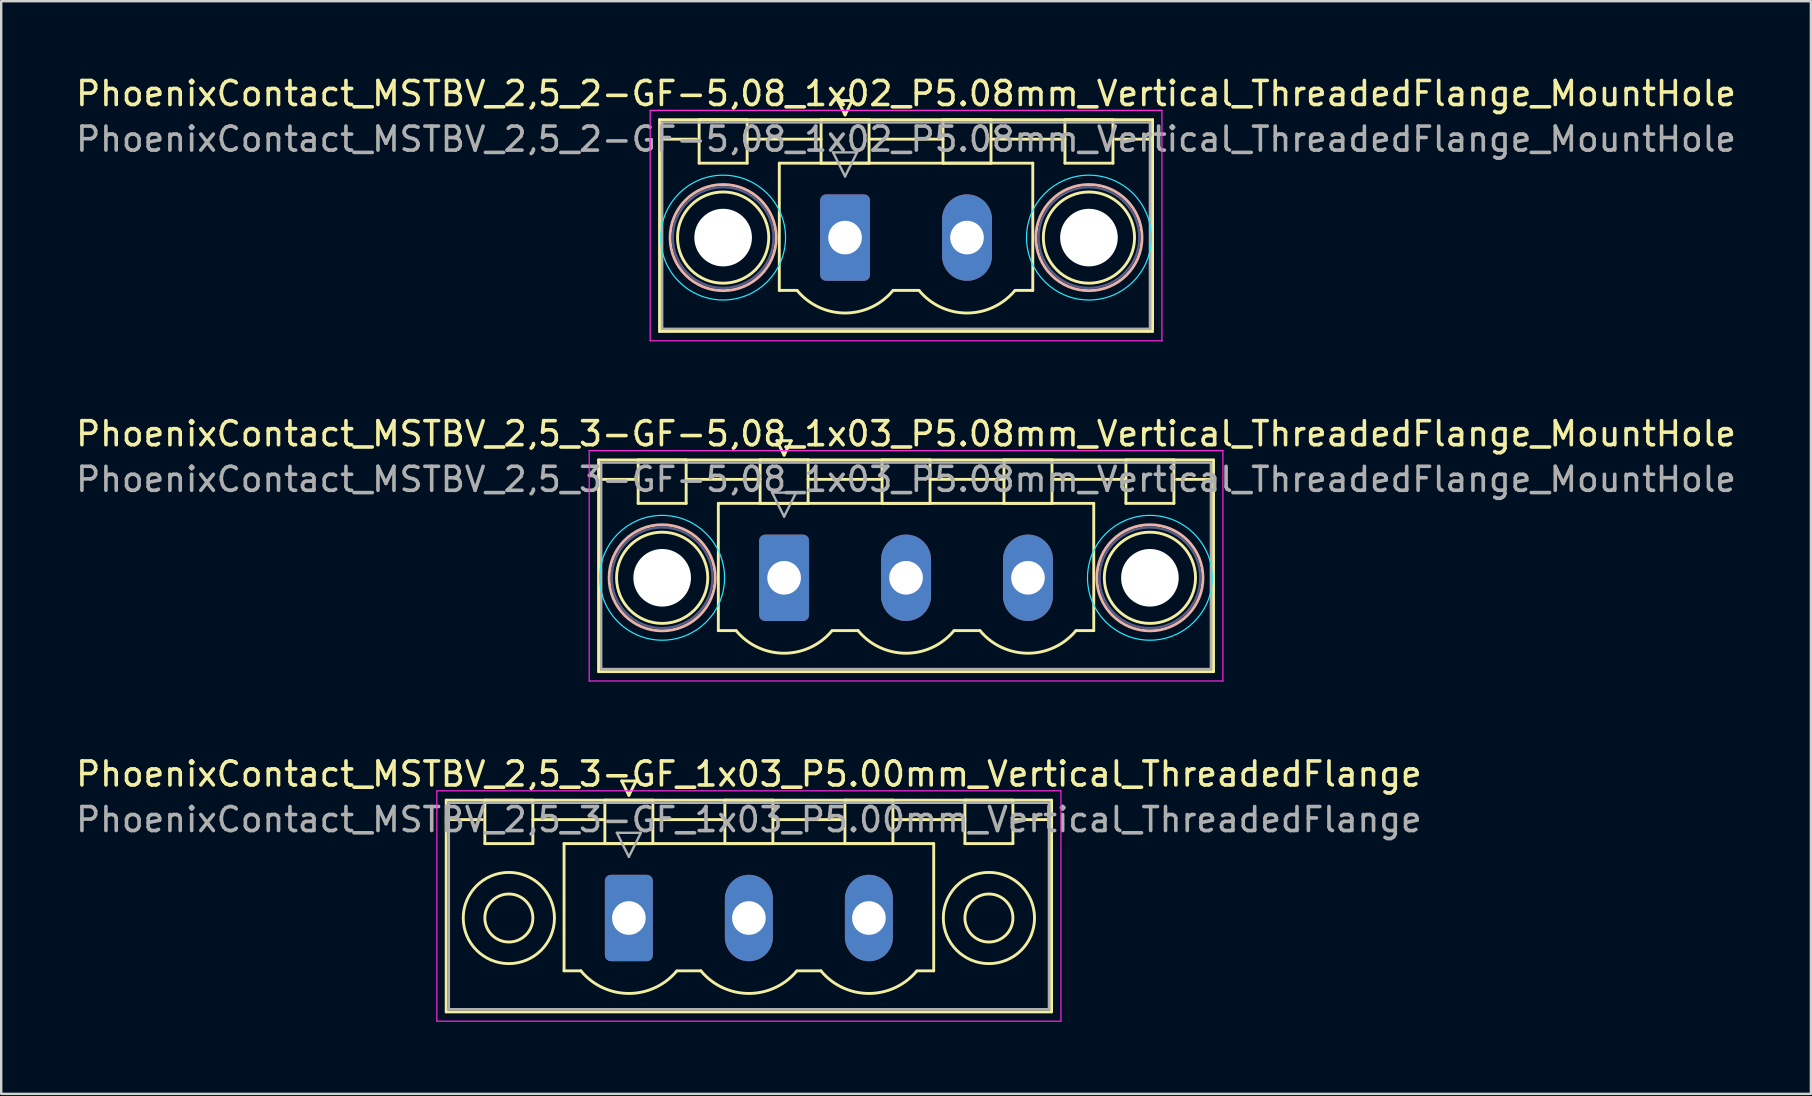
<source format=kicad_pcb>
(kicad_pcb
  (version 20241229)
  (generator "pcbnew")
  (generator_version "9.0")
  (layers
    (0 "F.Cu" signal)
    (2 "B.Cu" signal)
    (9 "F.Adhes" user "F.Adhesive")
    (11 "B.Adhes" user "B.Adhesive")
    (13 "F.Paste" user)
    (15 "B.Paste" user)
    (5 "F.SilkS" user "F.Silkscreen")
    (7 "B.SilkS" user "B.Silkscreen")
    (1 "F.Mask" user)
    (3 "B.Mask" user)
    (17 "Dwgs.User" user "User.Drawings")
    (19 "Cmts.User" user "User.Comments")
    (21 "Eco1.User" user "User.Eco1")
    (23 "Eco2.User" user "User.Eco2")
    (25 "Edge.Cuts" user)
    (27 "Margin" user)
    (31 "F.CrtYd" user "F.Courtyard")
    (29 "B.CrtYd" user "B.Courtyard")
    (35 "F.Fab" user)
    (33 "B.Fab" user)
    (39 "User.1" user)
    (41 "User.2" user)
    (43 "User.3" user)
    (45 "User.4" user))
  (footprint "PhoenixContact_MSTBV_2,5_3-GF_1x03_P5.00mm_Vertical_ThreadedFlange"
    (layer "F.Cu")
    (at 23.149 35.195)
    (property "Reference" "PhoenixContact_MSTBV_2,5_3-GF_1x03_P5.00mm_Vertical_ThreadedFlange" (at 5 -6 0) (layer "F.SilkS") (effects (font (size 1 1) (thickness 0.15))))
    (attr through_hole)
    (fp_line (start -7.61 -4.91) (end -7.61 3.91) (stroke (width 0.12) (type solid)) (layer "F.SilkS"))
    (fp_line (start -7.61 -4.1) (end -6.11 -4.1) (stroke (width 0.12) (type solid)) (layer "F.SilkS"))
    (fp_line (start -7.61 3.91) (end 17.61 3.91) (stroke (width 0.12) (type solid)) (layer "F.SilkS"))
    (fp_line (start -6 -4.91) (end -4 -4.91) (stroke (width 0.12) (type solid)) (layer "F.SilkS"))
    (fp_line (start -6 -3.1) (end -6 -4.91) (stroke (width 0.12) (type solid)) (layer "F.SilkS"))
    (fp_line (start -4 -4.91) (end -4 -3.1) (stroke (width 0.12) (type solid)) (layer "F.SilkS"))
    (fp_line (start -4 -4.1) (end -1 -4.1) (stroke (width 0.12) (type solid)) (layer "F.SilkS"))
    (fp_line (start -4 -3.1) (end -6 -3.1) (stroke (width 0.12) (type solid)) (layer "F.SilkS"))
    (fp_line (start -2.7 -3.1) (end 12.7 -3.1) (stroke (width 0.12) (type solid)) (layer "F.SilkS"))
    (fp_line (start -2.7 2.2) (end -2.7 -3.1) (stroke (width 0.12) (type solid)) (layer "F.SilkS"))
    (fp_line (start -2 2.2) (end -2.7 2.2) (stroke (width 0.12) (type solid)) (layer "F.SilkS"))
    (fp_line (start -1 -4.91) (end 1 -4.91) (stroke (width 0.12) (type solid)) (layer "F.SilkS"))
    (fp_line (start -1 -3.1) (end -1 -4.91) (stroke (width 0.12) (type solid)) (layer "F.SilkS"))
    (fp_line (start -0.3 -5.71) (end 0.3 -5.71) (stroke (width 0.12) (type solid)) (layer "F.SilkS"))
    (fp_line (start 0 -5.11) (end -0.3 -5.71) (stroke (width 0.12) (type solid)) (layer "F.SilkS"))
    (fp_line (start 0.3 -5.71) (end 0 -5.11) (stroke (width 0.12) (type solid)) (layer "F.SilkS"))
    (fp_line (start 1 -4.91) (end 1 -3.1) (stroke (width 0.12) (type solid)) (layer "F.SilkS"))
    (fp_line (start 1 -4.1) (end 4 -4.1) (stroke (width 0.12) (type solid)) (layer "F.SilkS"))
    (fp_line (start 1 -3.1) (end -1 -3.1) (stroke (width 0.12) (type solid)) (layer "F.SilkS"))
    (fp_line (start 2 2.2) (end 3 2.2) (stroke (width 0.12) (type solid)) (layer "F.SilkS"))
    (fp_line (start 4 -4.91) (end 6 -4.91) (stroke (width 0.12) (type solid)) (layer "F.SilkS"))
    (fp_line (start 4 -3.1) (end 4 -4.91) (stroke (width 0.12) (type solid)) (layer "F.SilkS"))
    (fp_line (start 6 -4.91) (end 6 -3.1) (stroke (width 0.12) (type solid)) (layer "F.SilkS"))
    (fp_line (start 6 -4.1) (end 9 -4.1) (stroke (width 0.12) (type solid)) (layer "F.SilkS"))
    (fp_line (start 6 -3.1) (end 4 -3.1) (stroke (width 0.12) (type solid)) (layer "F.SilkS"))
    (fp_line (start 7 2.2) (end 8 2.2) (stroke (width 0.12) (type solid)) (layer "F.SilkS"))
    (fp_line (start 9 -4.91) (end 11 -4.91) (stroke (width 0.12) (type solid)) (layer "F.SilkS"))
    (fp_line (start 9 -3.1) (end 9 -4.91) (stroke (width 0.12) (type solid)) (layer "F.SilkS"))
    (fp_line (start 11 -4.91) (end 11 -3.1) (stroke (width 0.12) (type solid)) (layer "F.SilkS"))
    (fp_line (start 11 -4.1) (end 14 -4.1) (stroke (width 0.12) (type solid)) (layer "F.SilkS"))
    (fp_line (start 11 -3.1) (end 9 -3.1) (stroke (width 0.12) (type solid)) (layer "F.SilkS"))
    (fp_line (start 12.7 -3.1) (end 12.7 2.2) (stroke (width 0.12) (type solid)) (layer "F.SilkS"))
    (fp_line (start 12.7 2.2) (end 12 2.2) (stroke (width 0.12) (type solid)) (layer "F.SilkS"))
    (fp_line (start 14 -4.91) (end 16 -4.91) (stroke (width 0.12) (type solid)) (layer "F.SilkS"))
    (fp_line (start 14 -3.1) (end 14 -4.91) (stroke (width 0.12) (type solid)) (layer "F.SilkS"))
    (fp_line (start 16 -4.91) (end 16 -3.1) (stroke (width 0.12) (type solid)) (layer "F.SilkS"))
    (fp_line (start 16 -3.1) (end 14 -3.1) (stroke (width 0.12) (type solid)) (layer "F.SilkS"))
    (fp_line (start 17.61 -4.91) (end -7.61 -4.91) (stroke (width 0.12) (type solid)) (layer "F.SilkS"))
    (fp_line (start 17.61 -4.1) (end 16.11 -4.1) (stroke (width 0.12) (type solid)) (layer "F.SilkS"))
    (fp_line (start 17.61 3.91) (end 17.61 -4.91) (stroke (width 0.12) (type solid)) (layer "F.SilkS"))
    (fp_arc (start 1.986842 2.215821) (mid -0.010289 3.142758) (end -2 2.2) (stroke (width 0.12) (type solid)) (layer "F.SilkS"))
    (fp_arc (start 6.986842 2.215821) (mid 4.989711 3.142758) (end 3 2.2) (stroke (width 0.12) (type solid)) (layer "F.SilkS"))
    (fp_arc (start 11.986842 2.215821) (mid 9.989711 3.142758) (end 8 2.2) (stroke (width 0.12) (type solid)) (layer "F.SilkS"))
    (fp_circle (center -5 0) (end -4 0) (stroke (width 0.12) (type solid)) (fill no) (layer "F.SilkS"))
    (fp_circle (center -5 0) (end -3.1 0) (stroke (width 0.12) (type solid)) (fill no) (layer "F.SilkS"))
    (fp_circle (center 15 0) (end 16 0) (stroke (width 0.12) (type solid)) (fill no) (layer "F.SilkS"))
    (fp_circle (center 15 0) (end 16.9 0) (stroke (width 0.12) (type solid)) (fill no) (layer "F.SilkS"))
    (fp_line (start -8 -5.3) (end -8 4.3) (stroke (width 0.05) (type solid)) (layer "F.CrtYd"))
    (fp_line (start -8 4.3) (end 18 4.3) (stroke (width 0.05) (type solid)) (layer "F.CrtYd"))
    (fp_line (start 18 -5.3) (end -8 -5.3) (stroke (width 0.05) (type solid)) (layer "F.CrtYd"))
    (fp_line (start 18 4.3) (end 18 -5.3) (stroke (width 0.05) (type solid)) (layer "F.CrtYd"))
    (fp_line (start -7.5 -4.8) (end -7.5 3.8) (stroke (width 0.1) (type solid)) (layer "F.Fab"))
    (fp_line (start -7.5 3.8) (end 17.5 3.8) (stroke (width 0.1) (type solid)) (layer "F.Fab"))
    (fp_line (start -0.5 -3.55) (end 0.5 -3.55) (stroke (width 0.1) (type solid)) (layer "F.Fab"))
    (fp_line (start 0 -2.55) (end -0.5 -3.55) (stroke (width 0.1) (type solid)) (layer "F.Fab"))
    (fp_line (start 0.5 -3.55) (end 0 -2.55) (stroke (width 0.1) (type solid)) (layer "F.Fab"))
    (fp_line (start 17.5 -4.8) (end -7.5 -4.8) (stroke (width 0.1) (type solid)) (layer "F.Fab"))
    (fp_line (start 17.5 3.8) (end 17.5 -4.8) (stroke (width 0.1) (type solid)) (layer "F.Fab"))
    (fp_text user "${REFERENCE}" (at 5 -4.1 0) (layer "F.Fab") (effects (font (size 1 1) (thickness 0.15))))
    (pad "1" thru_hole roundrect (at 0 0) (size 2 3.6) (drill 1.4) (layers "*.Cu" "*.Mask") (roundrect_rratio 0.125))
    (pad "2" thru_hole oval (at 5 0) (size 2 3.6) (drill 1.4) (layers "*.Cu" "*.Mask"))
    (pad "3" thru_hole oval (at 10 0) (size 2 3.6) (drill 1.4) (layers "*.Cu" "*.Mask")))
  (footprint "PhoenixContact_MSTBV_2,5_3-GF-5,08_1x03_P5.08mm_Vertical_ThreadedFlange_MountHole"
    (layer "F.Cu")
    (at 29.616 21.021)
    (property "Reference" "PhoenixContact_MSTBV_2,5_3-GF-5,08_1x03_P5.08mm_Vertical_ThreadedFlange_MountHole" (at 5.08 -6 0) (layer "F.SilkS") (effects (font (size 1 1) (thickness 0.15))))
    (attr through_hole)
    (fp_line (start -7.73 -4.91) (end -7.73 3.91) (stroke (width 0.12) (type solid)) (layer "F.SilkS"))
    (fp_line (start -7.73 -4.1) (end -6.19 -4.1) (stroke (width 0.12) (type solid)) (layer "F.SilkS"))
    (fp_line (start -7.73 3.91) (end 17.89 3.91) (stroke (width 0.12) (type solid)) (layer "F.SilkS"))
    (fp_line (start -6.08 -4.91) (end -4.08 -4.91) (stroke (width 0.12) (type solid)) (layer "F.SilkS"))
    (fp_line (start -6.08 -3.1) (end -6.08 -4.91) (stroke (width 0.12) (type solid)) (layer "F.SilkS"))
    (fp_line (start -4.08 -4.91) (end -4.08 -3.1) (stroke (width 0.12) (type solid)) (layer "F.SilkS"))
    (fp_line (start -4.08 -4.1) (end -1 -4.1) (stroke (width 0.12) (type solid)) (layer "F.SilkS"))
    (fp_line (start -4.08 -3.1) (end -6.08 -3.1) (stroke (width 0.12) (type solid)) (layer "F.SilkS"))
    (fp_line (start -2.74 -3.1) (end 12.9 -3.1) (stroke (width 0.12) (type solid)) (layer "F.SilkS"))
    (fp_line (start -2.74 2.2) (end -2.74 -3.1) (stroke (width 0.12) (type solid)) (layer "F.SilkS"))
    (fp_line (start -2 2.2) (end -2.74 2.2) (stroke (width 0.12) (type solid)) (layer "F.SilkS"))
    (fp_line (start -1 -4.91) (end 1 -4.91) (stroke (width 0.12) (type solid)) (layer "F.SilkS"))
    (fp_line (start -1 -3.1) (end -1 -4.91) (stroke (width 0.12) (type solid)) (layer "F.SilkS"))
    (fp_line (start -0.3 -5.71) (end 0.3 -5.71) (stroke (width 0.12) (type solid)) (layer "F.SilkS"))
    (fp_line (start 0 -5.11) (end -0.3 -5.71) (stroke (width 0.12) (type solid)) (layer "F.SilkS"))
    (fp_line (start 0.3 -5.71) (end 0 -5.11) (stroke (width 0.12) (type solid)) (layer "F.SilkS"))
    (fp_line (start 1 -4.91) (end 1 -3.1) (stroke (width 0.12) (type solid)) (layer "F.SilkS"))
    (fp_line (start 1 -4.1) (end 4.08 -4.1) (stroke (width 0.12) (type solid)) (layer "F.SilkS"))
    (fp_line (start 1 -3.1) (end -1 -3.1) (stroke (width 0.12) (type solid)) (layer "F.SilkS"))
    (fp_line (start 2 2.2) (end 3.08 2.2) (stroke (width 0.12) (type solid)) (layer "F.SilkS"))
    (fp_line (start 4.08 -4.91) (end 6.08 -4.91) (stroke (width 0.12) (type solid)) (layer "F.SilkS"))
    (fp_line (start 4.08 -3.1) (end 4.08 -4.91) (stroke (width 0.12) (type solid)) (layer "F.SilkS"))
    (fp_line (start 6.08 -4.91) (end 6.08 -3.1) (stroke (width 0.12) (type solid)) (layer "F.SilkS"))
    (fp_line (start 6.08 -4.1) (end 9.16 -4.1) (stroke (width 0.12) (type solid)) (layer "F.SilkS"))
    (fp_line (start 6.08 -3.1) (end 4.08 -3.1) (stroke (width 0.12) (type solid)) (layer "F.SilkS"))
    (fp_line (start 7.08 2.2) (end 8.16 2.2) (stroke (width 0.12) (type solid)) (layer "F.SilkS"))
    (fp_line (start 9.16 -4.91) (end 11.16 -4.91) (stroke (width 0.12) (type solid)) (layer "F.SilkS"))
    (fp_line (start 9.16 -3.1) (end 9.16 -4.91) (stroke (width 0.12) (type solid)) (layer "F.SilkS"))
    (fp_line (start 11.16 -4.91) (end 11.16 -3.1) (stroke (width 0.12) (type solid)) (layer "F.SilkS"))
    (fp_line (start 11.16 -4.1) (end 14.24 -4.1) (stroke (width 0.12) (type solid)) (layer "F.SilkS"))
    (fp_line (start 11.16 -3.1) (end 9.16 -3.1) (stroke (width 0.12) (type solid)) (layer "F.SilkS"))
    (fp_line (start 12.9 -3.1) (end 12.9 2.2) (stroke (width 0.12) (type solid)) (layer "F.SilkS"))
    (fp_line (start 12.9 2.2) (end 12.16 2.2) (stroke (width 0.12) (type solid)) (layer "F.SilkS"))
    (fp_line (start 14.24 -4.91) (end 16.24 -4.91) (stroke (width 0.12) (type solid)) (layer "F.SilkS"))
    (fp_line (start 14.24 -3.1) (end 14.24 -4.91) (stroke (width 0.12) (type solid)) (layer "F.SilkS"))
    (fp_line (start 16.24 -4.91) (end 16.24 -3.1) (stroke (width 0.12) (type solid)) (layer "F.SilkS"))
    (fp_line (start 16.24 -3.1) (end 14.24 -3.1) (stroke (width 0.12) (type solid)) (layer "F.SilkS"))
    (fp_line (start 17.89 -4.91) (end -7.73 -4.91) (stroke (width 0.12) (type solid)) (layer "F.SilkS"))
    (fp_line (start 17.89 -4.1) (end 16.35 -4.1) (stroke (width 0.12) (type solid)) (layer "F.SilkS"))
    (fp_line (start 17.89 3.91) (end 17.89 -4.91) (stroke (width 0.12) (type solid)) (layer "F.SilkS"))
    (fp_arc (start 1.986842 2.215821) (mid -0.010289 3.142758) (end -2 2.2) (stroke (width 0.12) (type solid)) (layer "F.SilkS"))
    (fp_arc (start 7.066842 2.215821) (mid 5.069711 3.142758) (end 3.08 2.2) (stroke (width 0.12) (type solid)) (layer "F.SilkS"))
    (fp_arc (start 12.146842 2.215821) (mid 10.149711 3.142758) (end 8.16 2.2) (stroke (width 0.12) (type solid)) (layer "F.SilkS"))
    (fp_circle (center -5.08 0) (end -3.18 0) (stroke (width 0.12) (type solid)) (fill no) (layer "F.SilkS"))
    (fp_circle (center 15.24 0) (end 17.14 0) (stroke (width 0.12) (type solid)) (fill no) (layer "F.SilkS"))
    (fp_circle (center -5.08 0) (end -2.87 0) (stroke (width 0.12) (type solid)) (fill no) (layer "B.SilkS"))
    (fp_circle (center 15.24 0) (end 17.45 0) (stroke (width 0.12) (type solid)) (fill no) (layer "B.SilkS"))
    (fp_circle (center -5.08 0) (end -2.48 0) (stroke (width 0.05) (type solid)) (fill no) (layer "B.CrtYd"))
    (fp_circle (center 15.24 0) (end 17.84 0) (stroke (width 0.05) (type solid)) (fill no) (layer "B.CrtYd"))
    (fp_line (start -8.12 -5.3) (end -8.12 4.3) (stroke (width 0.05) (type solid)) (layer "F.CrtYd"))
    (fp_line (start -8.12 4.3) (end 18.28 4.3) (stroke (width 0.05) (type solid)) (layer "F.CrtYd"))
    (fp_line (start 18.28 -5.3) (end -8.12 -5.3) (stroke (width 0.05) (type solid)) (layer "F.CrtYd"))
    (fp_line (start 18.28 4.3) (end 18.28 -5.3) (stroke (width 0.05) (type solid)) (layer "F.CrtYd"))
    (fp_circle (center -5.08 0) (end -2.98 0) (stroke (width 0.1) (type solid)) (fill no) (layer "B.Fab"))
    (fp_circle (center 15.24 0) (end 17.34 0) (stroke (width 0.1) (type solid)) (fill no) (layer "B.Fab"))
    (fp_line (start -7.62 -4.8) (end -7.62 3.8) (stroke (width 0.1) (type solid)) (layer "F.Fab"))
    (fp_line (start -7.62 3.8) (end 17.78 3.8) (stroke (width 0.1) (type solid)) (layer "F.Fab"))
    (fp_line (start -0.5 -3.55) (end 0.5 -3.55) (stroke (width 0.1) (type solid)) (layer "F.Fab"))
    (fp_line (start 0 -2.55) (end -0.5 -3.55) (stroke (width 0.1) (type solid)) (layer "F.Fab"))
    (fp_line (start 0.5 -3.55) (end 0 -2.55) (stroke (width 0.1) (type solid)) (layer "F.Fab"))
    (fp_line (start 17.78 -4.8) (end -7.62 -4.8) (stroke (width 0.1) (type solid)) (layer "F.Fab"))
    (fp_line (start 17.78 3.8) (end 17.78 -4.8) (stroke (width 0.1) (type solid)) (layer "F.Fab"))
    (fp_text user "${REFERENCE}" (at 5.08 -4.1 0) (layer "F.Fab") (effects (font (size 1 1) (thickness 0.15))))
    (pad "" np_thru_hole circle (at -5.08 0) (size 2.4 2.4) (drill 2.4) (layers "*.Cu" "*.Mask"))
    (pad "" np_thru_hole circle (at 15.24 0) (size 2.4 2.4) (drill 2.4) (layers "*.Cu" "*.Mask"))
    (pad "1" thru_hole roundrect (at 0 0) (size 2.08 3.6) (drill 1.4) (layers "*.Cu" "*.Mask") (roundrect_rratio 0.12))
    (pad "2" thru_hole oval (at 5.08 0) (size 2.08 3.6) (drill 1.4) (layers "*.Cu" "*.Mask"))
    (pad "3" thru_hole oval (at 10.16 0) (size 2.08 3.6) (drill 1.4) (layers "*.Cu" "*.Mask")))
  (footprint "PhoenixContact_MSTBV_2,5_2-GF-5,08_1x02_P5.08mm_Vertical_ThreadedFlange_MountHole"
    (layer "F.Cu")
    (at 32.156 6.848)
    (property "Reference" "PhoenixContact_MSTBV_2,5_2-GF-5,08_1x02_P5.08mm_Vertical_ThreadedFlange_MountHole" (at 2.54 -6 0) (layer "F.SilkS") (effects (font (size 1 1) (thickness 0.15))))
    (attr through_hole)
    (fp_line (start -7.73 -4.91) (end -7.73 3.91) (stroke (width 0.12) (type solid)) (layer "F.SilkS"))
    (fp_line (start -7.73 -4.1) (end -6.19 -4.1) (stroke (width 0.12) (type solid)) (layer "F.SilkS"))
    (fp_line (start -7.73 3.91) (end 12.81 3.91) (stroke (width 0.12) (type solid)) (layer "F.SilkS"))
    (fp_line (start -6.08 -4.91) (end -4.08 -4.91) (stroke (width 0.12) (type solid)) (layer "F.SilkS"))
    (fp_line (start -6.08 -3.1) (end -6.08 -4.91) (stroke (width 0.12) (type solid)) (layer "F.SilkS"))
    (fp_line (start -4.08 -4.91) (end -4.08 -3.1) (stroke (width 0.12) (type solid)) (layer "F.SilkS"))
    (fp_line (start -4.08 -4.1) (end -1 -4.1) (stroke (width 0.12) (type solid)) (layer "F.SilkS"))
    (fp_line (start -4.08 -3.1) (end -6.08 -3.1) (stroke (width 0.12) (type solid)) (layer "F.SilkS"))
    (fp_line (start -2.74 -3.1) (end 7.82 -3.1) (stroke (width 0.12) (type solid)) (layer "F.SilkS"))
    (fp_line (start -2.74 2.2) (end -2.74 -3.1) (stroke (width 0.12) (type solid)) (layer "F.SilkS"))
    (fp_line (start -2 2.2) (end -2.74 2.2) (stroke (width 0.12) (type solid)) (layer "F.SilkS"))
    (fp_line (start -1 -4.91) (end 1 -4.91) (stroke (width 0.12) (type solid)) (layer "F.SilkS"))
    (fp_line (start -1 -3.1) (end -1 -4.91) (stroke (width 0.12) (type solid)) (layer "F.SilkS"))
    (fp_line (start -0.3 -5.71) (end 0.3 -5.71) (stroke (width 0.12) (type solid)) (layer "F.SilkS"))
    (fp_line (start 0 -5.11) (end -0.3 -5.71) (stroke (width 0.12) (type solid)) (layer "F.SilkS"))
    (fp_line (start 0.3 -5.71) (end 0 -5.11) (stroke (width 0.12) (type solid)) (layer "F.SilkS"))
    (fp_line (start 1 -4.91) (end 1 -3.1) (stroke (width 0.12) (type solid)) (layer "F.SilkS"))
    (fp_line (start 1 -4.1) (end 4.08 -4.1) (stroke (width 0.12) (type solid)) (layer "F.SilkS"))
    (fp_line (start 1 -3.1) (end -1 -3.1) (stroke (width 0.12) (type solid)) (layer "F.SilkS"))
    (fp_line (start 2 2.2) (end 3.08 2.2) (stroke (width 0.12) (type solid)) (layer "F.SilkS"))
    (fp_line (start 4.08 -4.91) (end 6.08 -4.91) (stroke (width 0.12) (type solid)) (layer "F.SilkS"))
    (fp_line (start 4.08 -3.1) (end 4.08 -4.91) (stroke (width 0.12) (type solid)) (layer "F.SilkS"))
    (fp_line (start 6.08 -4.91) (end 6.08 -3.1) (stroke (width 0.12) (type solid)) (layer "F.SilkS"))
    (fp_line (start 6.08 -4.1) (end 9.16 -4.1) (stroke (width 0.12) (type solid)) (layer "F.SilkS"))
    (fp_line (start 6.08 -3.1) (end 4.08 -3.1) (stroke (width 0.12) (type solid)) (layer "F.SilkS"))
    (fp_line (start 7.82 -3.1) (end 7.82 2.2) (stroke (width 0.12) (type solid)) (layer "F.SilkS"))
    (fp_line (start 7.82 2.2) (end 7.08 2.2) (stroke (width 0.12) (type solid)) (layer "F.SilkS"))
    (fp_line (start 9.16 -4.91) (end 11.16 -4.91) (stroke (width 0.12) (type solid)) (layer "F.SilkS"))
    (fp_line (start 9.16 -3.1) (end 9.16 -4.91) (stroke (width 0.12) (type solid)) (layer "F.SilkS"))
    (fp_line (start 11.16 -4.91) (end 11.16 -3.1) (stroke (width 0.12) (type solid)) (layer "F.SilkS"))
    (fp_line (start 11.16 -3.1) (end 9.16 -3.1) (stroke (width 0.12) (type solid)) (layer "F.SilkS"))
    (fp_line (start 12.81 -4.91) (end -7.73 -4.91) (stroke (width 0.12) (type solid)) (layer "F.SilkS"))
    (fp_line (start 12.81 -4.1) (end 11.27 -4.1) (stroke (width 0.12) (type solid)) (layer "F.SilkS"))
    (fp_line (start 12.81 3.91) (end 12.81 -4.91) (stroke (width 0.12) (type solid)) (layer "F.SilkS"))
    (fp_arc (start 1.986842 2.215821) (mid -0.010289 3.142758) (end -2 2.2) (stroke (width 0.12) (type solid)) (layer "F.SilkS"))
    (fp_arc (start 7.066842 2.215821) (mid 5.069711 3.142758) (end 3.08 2.2) (stroke (width 0.12) (type solid)) (layer "F.SilkS"))
    (fp_circle (center -5.08 0) (end -3.18 0) (stroke (width 0.12) (type solid)) (fill no) (layer "F.SilkS"))
    (fp_circle (center 10.16 0) (end 12.06 0) (stroke (width 0.12) (type solid)) (fill no) (layer "F.SilkS"))
    (fp_circle (center -5.08 0) (end -2.87 0) (stroke (width 0.12) (type solid)) (fill no) (layer "B.SilkS"))
    (fp_circle (center 10.16 0) (end 12.37 0) (stroke (width 0.12) (type solid)) (fill no) (layer "B.SilkS"))
    (fp_circle (center -5.08 0) (end -2.48 0) (stroke (width 0.05) (type solid)) (fill no) (layer "B.CrtYd"))
    (fp_circle (center 10.16 0) (end 12.76 0) (stroke (width 0.05) (type solid)) (fill no) (layer "B.CrtYd"))
    (fp_line (start -8.12 -5.3) (end -8.12 4.3) (stroke (width 0.05) (type solid)) (layer "F.CrtYd"))
    (fp_line (start -8.12 4.3) (end 13.2 4.3) (stroke (width 0.05) (type solid)) (layer "F.CrtYd"))
    (fp_line (start 13.2 -5.3) (end -8.12 -5.3) (stroke (width 0.05) (type solid)) (layer "F.CrtYd"))
    (fp_line (start 13.2 4.3) (end 13.2 -5.3) (stroke (width 0.05) (type solid)) (layer "F.CrtYd"))
    (fp_circle (center -5.08 0) (end -2.98 0) (stroke (width 0.1) (type solid)) (fill no) (layer "B.Fab"))
    (fp_circle (center 10.16 0) (end 12.26 0) (stroke (width 0.1) (type solid)) (fill no) (layer "B.Fab"))
    (fp_line (start -7.62 -4.8) (end -7.62 3.8) (stroke (width 0.1) (type solid)) (layer "F.Fab"))
    (fp_line (start -7.62 3.8) (end 12.7 3.8) (stroke (width 0.1) (type solid)) (layer "F.Fab"))
    (fp_line (start -0.5 -3.55) (end 0.5 -3.55) (stroke (width 0.1) (type solid)) (layer "F.Fab"))
    (fp_line (start 0 -2.55) (end -0.5 -3.55) (stroke (width 0.1) (type solid)) (layer "F.Fab"))
    (fp_line (start 0.5 -3.55) (end 0 -2.55) (stroke (width 0.1) (type solid)) (layer "F.Fab"))
    (fp_line (start 12.7 -4.8) (end -7.62 -4.8) (stroke (width 0.1) (type solid)) (layer "F.Fab"))
    (fp_line (start 12.7 3.8) (end 12.7 -4.8) (stroke (width 0.1) (type solid)) (layer "F.Fab"))
    (fp_text user "${REFERENCE}" (at 2.54 -4.1 0) (layer "F.Fab") (effects (font (size 1 1) (thickness 0.15))))
    (pad "" np_thru_hole circle (at -5.08 0) (size 2.4 2.4) (drill 2.4) (layers "*.Cu" "*.Mask"))
    (pad "" np_thru_hole circle (at 10.16 0) (size 2.4 2.4) (drill 2.4) (layers "*.Cu" "*.Mask"))
    (pad "1" thru_hole roundrect (at 0 0) (size 2.08 3.6) (drill 1.4) (layers "*.Cu" "*.Mask") (roundrect_rratio 0.12))
    (pad "2" thru_hole oval (at 5.08 0) (size 2.08 3.6) (drill 1.4) (layers "*.Cu" "*.Mask")))
  (gr_rect
    (start -3 -3)
    (end 72.393 42.52)
    (stroke (width 0.1) (type default))
    (fill no)
    (layer "Edge.Cuts")))
</source>
